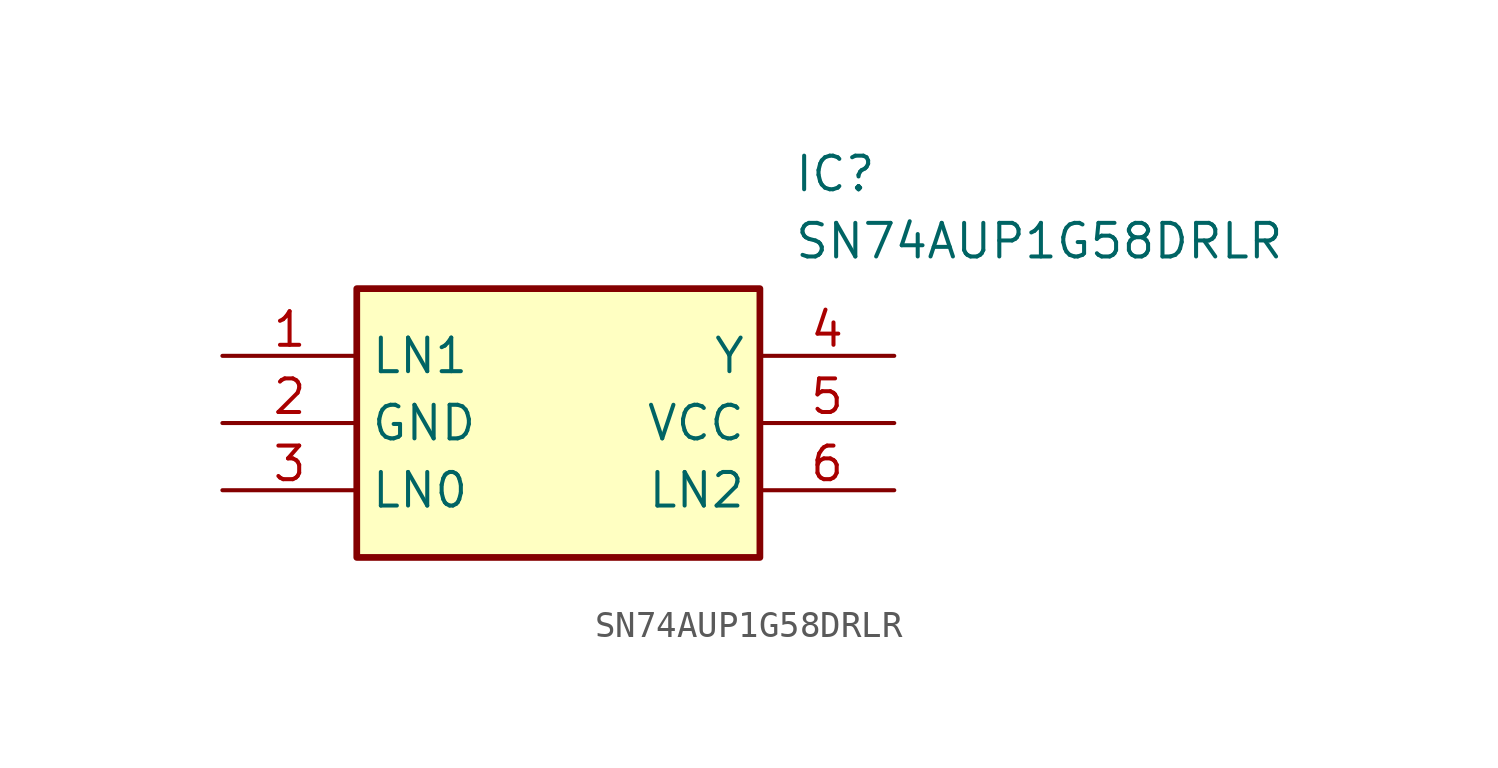
<source format=kicad_sym>
(kicad_symbol_lib
  (version 20211014)
  (generator SamacSys_ECAD_Model)
  (symbol "SN74AUP1G58DRLR"
    (property "Reference" "IC"
      (at 21.59 7.62 0)
      (effects (font (size 1.27 1.27)) (justify left top)))
    (property "Value" "SN74AUP1G58DRLR"
      (at 21.59 5.08 0)
      (effects (font (size 1.27 1.27)) (justify left top)))
    (rectangle
      (start 5.08 2.54)
      (end 20.32 -7.62)
      (stroke (width 0.254) (type default))
      (fill (type background)))
    (pin passive line
      (at 0 0 0)
      (length 5.08)
      (name "LN1" (effects (font (size 1.27 1.27))))
      (number "1" (effects (font (size 1.27 1.27)))))
    (pin passive line
      (at 0 -2.54 0)
      (length 5.08)
      (name "GND" (effects (font (size 1.27 1.27))))
      (number "2" (effects (font (size 1.27 1.27)))))
    (pin passive line
      (at 0 -5.08 0)
      (length 5.08)
      (name "LN0" (effects (font (size 1.27 1.27))))
      (number "3" (effects (font (size 1.27 1.27)))))
    (pin passive line
      (at 25.4 0 180)
      (length 5.08)
      (name "Y" (effects (font (size 1.27 1.27))))
      (number "4" (effects (font (size 1.27 1.27)))))
    (pin passive line
      (at 25.4 -2.54 180)
      (length 5.08)
      (name "VCC" (effects (font (size 1.27 1.27))))
      (number "5" (effects (font (size 1.27 1.27)))))
    (pin passive line
      (at 25.4 -5.08 180)
      (length 5.08)
      (name "LN2" (effects (font (size 1.27 1.27))))
      (number "6" (effects (font (size 1.27 1.27)))))))
</source>
